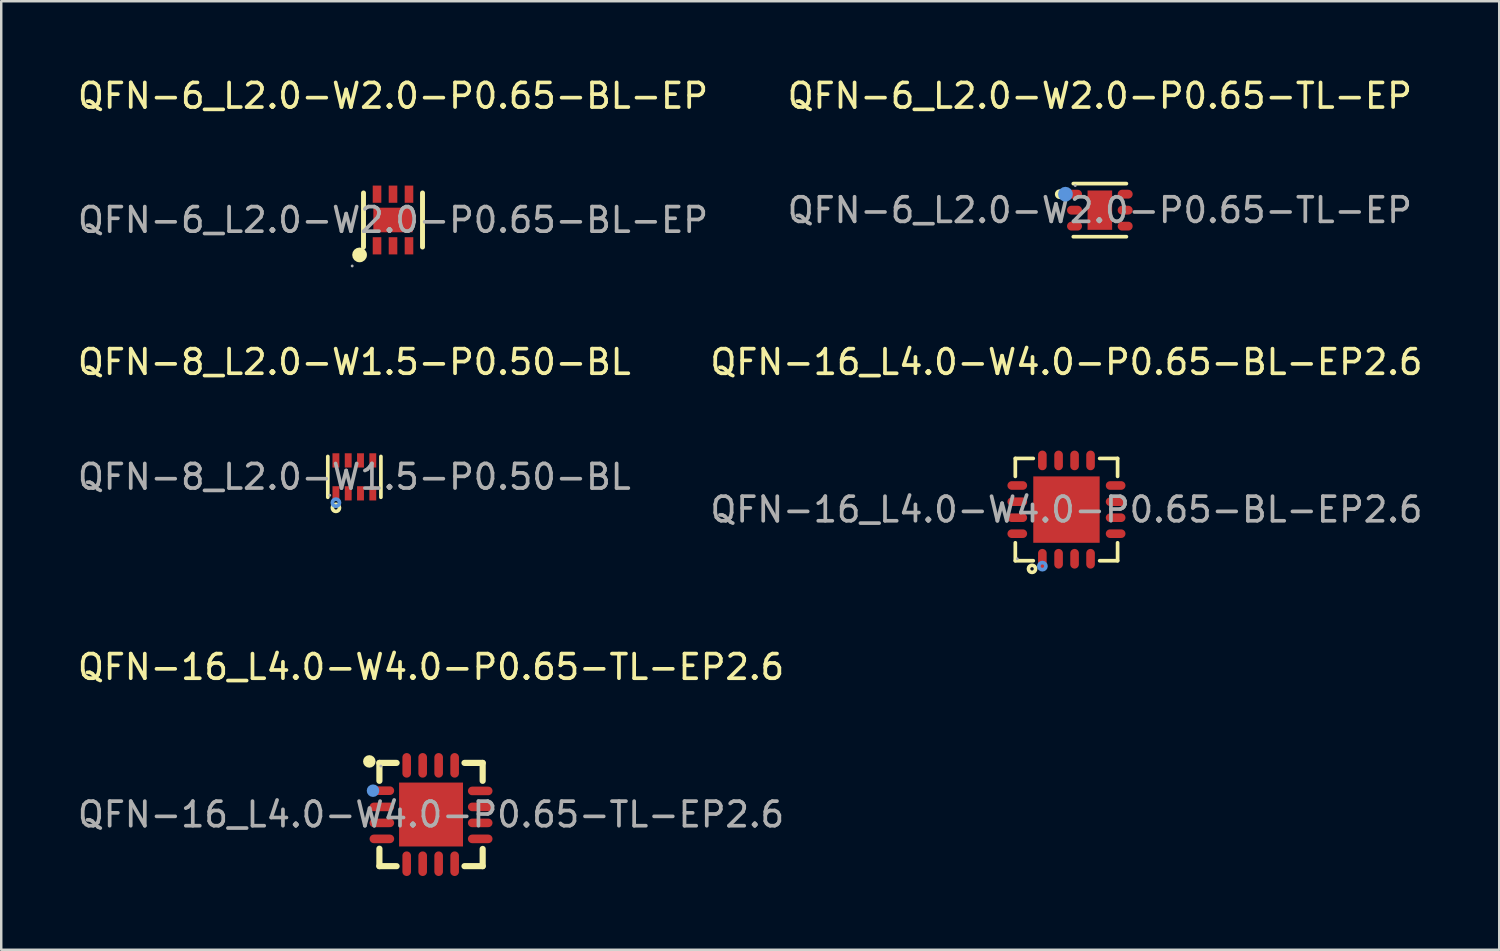
<source format=kicad_pcb>
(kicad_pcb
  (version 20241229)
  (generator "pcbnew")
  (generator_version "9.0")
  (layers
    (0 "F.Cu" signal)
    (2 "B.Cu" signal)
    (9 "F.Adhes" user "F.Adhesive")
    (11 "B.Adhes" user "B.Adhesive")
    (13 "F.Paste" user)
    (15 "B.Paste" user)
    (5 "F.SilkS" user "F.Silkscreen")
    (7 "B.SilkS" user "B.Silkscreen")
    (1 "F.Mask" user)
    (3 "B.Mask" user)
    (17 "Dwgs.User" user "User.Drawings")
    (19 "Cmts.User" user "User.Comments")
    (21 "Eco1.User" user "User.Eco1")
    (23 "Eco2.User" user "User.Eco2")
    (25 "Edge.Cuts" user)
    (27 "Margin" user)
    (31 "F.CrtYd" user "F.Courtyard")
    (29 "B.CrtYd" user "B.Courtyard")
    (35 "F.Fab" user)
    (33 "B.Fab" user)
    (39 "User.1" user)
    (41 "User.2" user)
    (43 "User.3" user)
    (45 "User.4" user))
  (footprint "QFN-6_L2.0-W2.0-P0.65-TL-EP"
    (layer "F.Cu")
    (at 41.685 5.498)
    (property "Reference" "QFN-6_L2.0-W2.0-P0.65-TL-EP" (at 0 -4.65 0) (layer "F.SilkS") (effects (font (size 1 1) (thickness 0.15))))
    (attr through_hole)
    (fp_line (start -1.08 -1.08) (end 1.08 -1.08) (stroke (width 0.15) (type solid)) (layer "F.SilkS"))
    (fp_line (start 1.08 1.08) (end -1.08 1.08) (stroke (width 0.15) (type solid)) (layer "F.SilkS"))
    (fp_circle (center -1.63 -0.65) (end -1.53 -0.65) (stroke (width 0.2) (type solid)) (fill no) (layer "F.SilkS"))
    (fp_circle (center -1.4 -0.65) (end -1.25 -0.65) (stroke (width 0.3) (type solid)) (fill no) (layer "Cmts.User"))
    (fp_circle (center -1 -1) (end -0.97 -1) (stroke (width 0.06) (type solid)) (fill no) (layer "F.Fab"))
    (fp_text user "${REFERENCE}" (at 0 0 0) (layer "F.Fab") (effects (font (size 1 1) (thickness 0.15))))
    (pad "1" smd oval (at -1.03 -0.65 270) (size 0.36 0.61) (layers "F.Cu" "F.Mask" "F.Paste"))
    (pad "2" smd oval (at -1.03 0 270) (size 0.36 0.61) (layers "F.Cu" "F.Mask" "F.Paste"))
    (pad "3" smd oval (at -1.03 0.65 270) (size 0.36 0.61) (layers "F.Cu" "F.Mask" "F.Paste"))
    (pad "4" smd oval (at 1.03 0.65 270) (size 0.36 0.61) (layers "F.Cu" "F.Mask" "F.Paste"))
    (pad "5" smd oval (at 1.03 0 270) (size 0.36 0.61) (layers "F.Cu" "F.Mask" "F.Paste"))
    (pad "6" smd oval (at 1.03 -0.65 270) (size 0.36 0.61) (layers "F.Cu" "F.Mask" "F.Paste"))
    (pad "7" smd rect (at 0 0) (size 1 1.6) (layers "F.Cu" "F.Mask" "F.Paste")))
  (footprint "QFN-16_L4.0-W4.0-P0.65-BL-EP2.6"
    (layer "F.Cu")
    (at 40.327 17.677)
    (property "Reference" "QFN-16_L4.0-W4.0-P0.65-BL-EP2.6" (at 0 -6 0) (layer "F.SilkS") (effects (font (size 1 1) (thickness 0.15))))
    (attr through_hole)
    (fp_line (start -2.08 -2.08) (end -1.35 -2.08) (stroke (width 0.15) (type solid)) (layer "F.SilkS"))
    (fp_line (start -2.08 -1.35) (end -2.08 -2.08) (stroke (width 0.15) (type solid)) (layer "F.SilkS"))
    (fp_line (start -2.08 1.35) (end -2.08 2.08) (stroke (width 0.15) (type solid)) (layer "F.SilkS"))
    (fp_line (start -2.08 2.08) (end -1.35 2.08) (stroke (width 0.15) (type solid)) (layer "F.SilkS"))
    (fp_line (start 2.08 -2.08) (end 1.35 -2.08) (stroke (width 0.15) (type solid)) (layer "F.SilkS"))
    (fp_line (start 2.08 -1.35) (end 2.08 -2.08) (stroke (width 0.15) (type solid)) (layer "F.SilkS"))
    (fp_line (start 2.08 1.35) (end 2.08 2.08) (stroke (width 0.15) (type solid)) (layer "F.SilkS"))
    (fp_line (start 2.08 2.08) (end 1.35 2.08) (stroke (width 0.15) (type solid)) (layer "F.SilkS"))
    (fp_circle (center -1.4 2.41) (end -1.33 2.41) (stroke (width 0.15) (type solid)) (fill no) (layer "F.SilkS"))
    (fp_circle (center -0.98 2.3) (end -0.91 2.3) (stroke (width 0.15) (type solid)) (fill no) (layer "Cmts.User"))
    (fp_circle (center -2 2) (end -1.97 2) (stroke (width 0.06) (type solid)) (fill no) (layer "F.Fab"))
    (fp_text user "${REFERENCE}" (at 0 0 0) (layer "F.Fab") (effects (font (size 1 1) (thickness 0.15))))
    (pad "1" smd oval (at -0.98 2) (size 0.35 0.8) (layers "F.Cu" "F.Mask" "F.Paste"))
    (pad "2" smd oval (at -0.32 2) (size 0.35 0.8) (layers "F.Cu" "F.Mask" "F.Paste"))
    (pad "3" smd oval (at 0.33 2) (size 0.35 0.8) (layers "F.Cu" "F.Mask" "F.Paste"))
    (pad "4" smd oval (at 0.98 2) (size 0.35 0.8) (layers "F.Cu" "F.Mask" "F.Paste"))
    (pad "5" smd oval (at 2 0.98) (size 0.8 0.35) (layers "F.Cu" "F.Mask" "F.Paste"))
    (pad "6" smd oval (at 2 0.33) (size 0.8 0.35) (layers "F.Cu" "F.Mask" "F.Paste"))
    (pad "7" smd oval (at 2 -0.32) (size 0.8 0.35) (layers "F.Cu" "F.Mask" "F.Paste"))
    (pad "8" smd oval (at 2 -0.98) (size 0.8 0.35) (layers "F.Cu" "F.Mask" "F.Paste"))
    (pad "9" smd oval (at 0.98 -2) (size 0.35 0.8) (layers "F.Cu" "F.Mask" "F.Paste"))
    (pad "10" smd oval (at 0.33 -2) (size 0.35 0.8) (layers "F.Cu" "F.Mask" "F.Paste"))
    (pad "11" smd oval (at -0.32 -2) (size 0.35 0.8) (layers "F.Cu" "F.Mask" "F.Paste"))
    (pad "12" smd oval (at -0.98 -2) (size 0.35 0.8) (layers "F.Cu" "F.Mask" "F.Paste"))
    (pad "13" smd oval (at -2 -0.98) (size 0.8 0.35) (layers "F.Cu" "F.Mask" "F.Paste"))
    (pad "14" smd oval (at -2 -0.32) (size 0.8 0.35) (layers "F.Cu" "F.Mask" "F.Paste"))
    (pad "15" smd oval (at -2 0.33) (size 0.8 0.35) (layers "F.Cu" "F.Mask" "F.Paste"))
    (pad "16" smd oval (at -2 0.98) (size 0.8 0.35) (layers "F.Cu" "F.Mask" "F.Paste"))
    (pad "17" smd rect (at 0 0) (size 2.7 2.7) (layers "F.Cu" "F.Mask" "F.Paste")))
  (footprint "QFN-8_L2.0-W1.5-P0.50-BL"
    (layer "F.Cu")
    (at 11.363 16.346)
    (property "Reference" "QFN-8_L2.0-W1.5-P0.50-BL" (at 0 -4.67 0) (layer "F.SilkS") (effects (font (size 1 1) (thickness 0.15))))
    (attr through_hole)
    (fp_line (start -1.08 0.83) (end -1.08 -0.83) (stroke (width 0.15) (type solid)) (layer "F.SilkS"))
    (fp_line (start 1.08 0.83) (end 1.08 -0.83) (stroke (width 0.15) (type solid)) (layer "F.SilkS"))
    (fp_circle (center -0.75 1.26) (end -0.68 1.26) (stroke (width 0.15) (type solid)) (fill no) (layer "F.SilkS"))
    (fp_circle (center -0.75 1.05) (end -0.68 1.05) (stroke (width 0.15) (type solid)) (fill no) (layer "Cmts.User"))
    (fp_circle (center -1 0.75) (end -0.97 0.75) (stroke (width 0.06) (type solid)) (fill no) (layer "F.Fab"))
    (fp_text user "${REFERENCE}" (at 0 0 0) (layer "F.Fab") (effects (font (size 1 1) (thickness 0.15))))
    (pad "1" smd rect (at -0.75 0.67) (size 0.28 0.58) (layers "F.Cu" "F.Mask" "F.Paste"))
    (pad "2" smd rect (at -0.25 0.67) (size 0.28 0.58) (layers "F.Cu" "F.Mask" "F.Paste"))
    (pad "3" smd rect (at 0.25 0.67) (size 0.28 0.58) (layers "F.Cu" "F.Mask" "F.Paste"))
    (pad "4" smd rect (at 0.75 0.67) (size 0.28 0.58) (layers "F.Cu" "F.Mask" "F.Paste"))
    (pad "5" smd rect (at 0.75 -0.67) (size 0.28 0.58) (layers "F.Cu" "F.Mask" "F.Paste"))
    (pad "6" smd rect (at 0.25 -0.67) (size 0.28 0.58) (layers "F.Cu" "F.Mask" "F.Paste"))
    (pad "7" smd rect (at -0.25 -0.67) (size 0.28 0.58) (layers "F.Cu" "F.Mask" "F.Paste"))
    (pad "8" smd rect (at -0.75 -0.67) (size 0.28 0.58) (layers "F.Cu" "F.Mask" "F.Paste")))
  (footprint "QFN-16_L4.0-W4.0-P0.65-TL-EP2.6"
    (layer "F.Cu")
    (at 14.482 30.08)
    (property "Reference" "QFN-16_L4.0-W4.0-P0.65-TL-EP2.6" (at 0 -6 0) (layer "F.SilkS") (effects (font (size 1 1) (thickness 0.15))))
    (attr through_hole)
    (fp_line (start -2.1 -2.1) (end -2.1 -1.37) (stroke (width 0.25) (type solid)) (layer "F.SilkS"))
    (fp_line (start -2.1 -2.1) (end -1.4 -2.1) (stroke (width 0.25) (type solid)) (layer "F.SilkS"))
    (fp_line (start -2.1 1.39) (end -2.1 2.1) (stroke (width 0.25) (type solid)) (layer "F.SilkS"))
    (fp_line (start -2.1 2.1) (end -1.4 2.1) (stroke (width 0.25) (type solid)) (layer "F.SilkS"))
    (fp_line (start 1.36 -2.1) (end 2.1 -2.1) (stroke (width 0.25) (type solid)) (layer "F.SilkS"))
    (fp_line (start 1.36 2.1) (end 2.1 2.1) (stroke (width 0.25) (type solid)) (layer "F.SilkS"))
    (fp_line (start 2.1 -2.1) (end 2.1 -1.37) (stroke (width 0.25) (type solid)) (layer "F.SilkS"))
    (fp_line (start 2.1 1.4) (end 2.1 2.1) (stroke (width 0.25) (type solid)) (layer "F.SilkS"))
    (fp_circle (center -2.51 -2.16) (end -2.38 -2.16) (stroke (width 0.25) (type solid)) (fill no) (layer "F.SilkS"))
    (fp_circle (center -2.36 -0.97) (end -2.23 -0.97) (stroke (width 0.25) (type solid)) (fill no) (layer "Cmts.User"))
    (fp_circle (center -2.04 -1.97) (end -2.01 -1.97) (stroke (width 0.06) (type solid)) (fill no) (layer "F.Fab"))
    (fp_text user "${REFERENCE}" (at 0 0 0) (layer "F.Fab") (effects (font (size 1 1) (thickness 0.15))))
    (pad "1" smd oval (at -2 -0.97 270) (size 0.35 1) (layers "F.Cu" "F.Mask" "F.Paste"))
    (pad "2" smd oval (at -2 -0.31 270) (size 0.35 1) (layers "F.Cu" "F.Mask" "F.Paste"))
    (pad "3" smd oval (at -2 0.34 270) (size 0.35 1) (layers "F.Cu" "F.Mask" "F.Paste"))
    (pad "4" smd oval (at -2 0.99 270) (size 0.35 1) (layers "F.Cu" "F.Mask" "F.Paste"))
    (pad "5" smd oval (at -0.99 2) (size 0.35 1) (layers "F.Cu" "F.Mask" "F.Paste"))
    (pad "6" smd oval (at -0.34 2) (size 0.35 1) (layers "F.Cu" "F.Mask" "F.Paste"))
    (pad "7" smd oval (at 0.31 2) (size 0.35 1) (layers "F.Cu" "F.Mask" "F.Paste"))
    (pad "8" smd oval (at 0.96 2) (size 0.35 1) (layers "F.Cu" "F.Mask" "F.Paste"))
    (pad "9" smd oval (at 2 0.99 270) (size 0.35 1) (layers "F.Cu" "F.Mask" "F.Paste"))
    (pad "10" smd oval (at 2 0.34 270) (size 0.35 1) (layers "F.Cu" "F.Mask" "F.Paste"))
    (pad "11" smd oval (at 2 -0.31 270) (size 0.35 1) (layers "F.Cu" "F.Mask" "F.Paste"))
    (pad "12" smd oval (at 2 -0.96 270) (size 0.35 1) (layers "F.Cu" "F.Mask" "F.Paste"))
    (pad "13" smd oval (at 0.96 -2) (size 0.35 1) (layers "F.Cu" "F.Mask" "F.Paste"))
    (pad "14" smd oval (at 0.31 -2) (size 0.35 1) (layers "F.Cu" "F.Mask" "F.Paste"))
    (pad "15" smd oval (at -0.34 -2) (size 0.35 1) (layers "F.Cu" "F.Mask" "F.Paste"))
    (pad "16" smd oval (at -0.99 -2) (size 0.35 1) (layers "F.Cu" "F.Mask" "F.Paste"))
    (pad "17" smd rect (at 0 0) (size 2.6 2.6) (layers "F.Cu" "F.Mask" "F.Paste")))
  (footprint "QFN-6_L2.0-W2.0-P0.65-BL-EP"
    (layer "F.Cu")
    (at 12.935 5.898)
    (property "Reference" "QFN-6_L2.0-W2.0-P0.65-BL-EP" (at 0 -5.05 0) (layer "F.SilkS") (effects (font (size 1 1) (thickness 0.15))))
    (attr through_hole)
    (fp_line (start -1.2 1.1) (end -1.2 -1.1) (stroke (width 0.2) (type solid)) (layer "F.SilkS"))
    (fp_line (start 1.2 1.1) (end 1.2 -1.1) (stroke (width 0.2) (type solid)) (layer "F.SilkS"))
    (fp_arc (start -1.36 1.42) (mid -1.36 1.42) (end -1.36 1.42) (stroke (width 0.3) (type solid)) (layer "F.SilkS"))
    (fp_circle (center -1.66 1.87) (end -1.63 1.87) (stroke (width 0.06) (type solid)) (fill no) (layer "F.Fab"))
    (fp_text user "${REFERENCE}" (at 0 0 0) (layer "F.Fab") (effects (font (size 1 1) (thickness 0.15))))
    (pad "1" smd rect (at -0.65 1.05) (size 0.35 0.7) (layers "F.Cu" "F.Mask" "F.Paste"))
    (pad "2" smd rect (at 0 1.05) (size 0.35 0.7) (layers "F.Cu" "F.Mask" "F.Paste"))
    (pad "3" smd rect (at 0.65 1.05) (size 0.35 0.7) (layers "F.Cu" "F.Mask" "F.Paste"))
    (pad "4" smd rect (at 0.65 -1.05 180) (size 0.35 0.7) (layers "F.Cu" "F.Mask" "F.Paste"))
    (pad "5" smd rect (at 0 -1.05 180) (size 0.35 0.7) (layers "F.Cu" "F.Mask" "F.Paste"))
    (pad "6" smd rect (at -0.65 -1.05 180) (size 0.35 0.7) (layers "F.Cu" "F.Mask" "F.Paste"))
    (pad "7" smd rect (at 0 0 270) (size 1 1.6) (layers "F.Cu" "F.Mask" "F.Paste")))
  (gr_rect
    (start -3 -3)
    (end 57.929 35.58)
    (stroke (width 0.1) (type default))
    (fill no)
    (layer "Edge.Cuts")))
</source>
